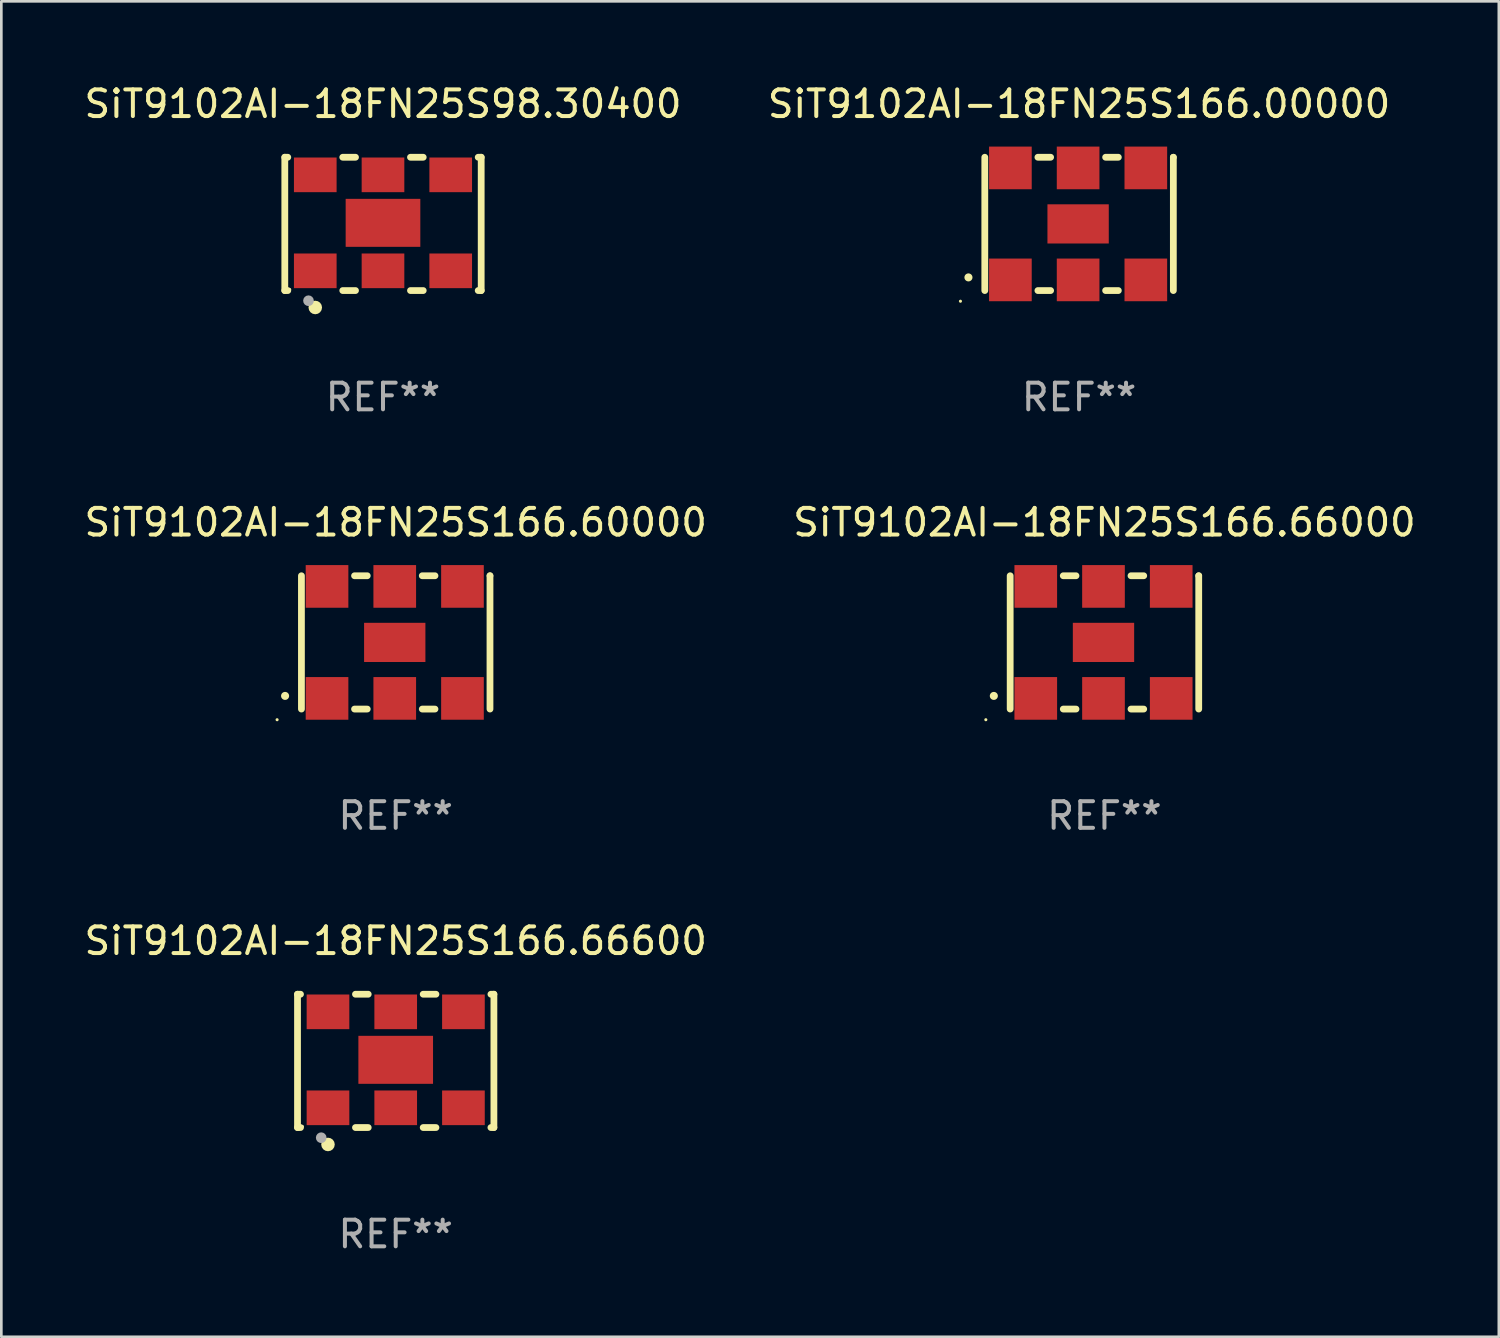
<source format=kicad_pcb>
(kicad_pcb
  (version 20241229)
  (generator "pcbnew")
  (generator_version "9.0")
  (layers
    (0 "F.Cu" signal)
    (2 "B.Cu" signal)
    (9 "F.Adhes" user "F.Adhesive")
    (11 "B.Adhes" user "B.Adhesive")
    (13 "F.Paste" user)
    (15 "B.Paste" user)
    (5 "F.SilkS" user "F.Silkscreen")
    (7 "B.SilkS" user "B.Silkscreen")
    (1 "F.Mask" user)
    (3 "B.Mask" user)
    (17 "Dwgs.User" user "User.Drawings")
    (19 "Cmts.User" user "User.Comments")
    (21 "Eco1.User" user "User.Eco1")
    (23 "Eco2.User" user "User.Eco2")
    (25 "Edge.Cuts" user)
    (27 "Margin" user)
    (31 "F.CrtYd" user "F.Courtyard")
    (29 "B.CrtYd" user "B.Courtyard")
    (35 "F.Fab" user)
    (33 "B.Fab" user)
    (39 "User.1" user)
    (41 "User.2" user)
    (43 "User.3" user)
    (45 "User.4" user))
  (footprint "SiT9102AI-18FN25S166.60000"
    (layer "F.Cu")
    (at 11.792 21.045)
    (property "Reference" "SiT9102AI-18FN25S166.60000" (at 0 -4.5 0) (layer "F.SilkS") (effects (font (size 1 1) (thickness 0.15))))
    (attr through_hole)
    (fp_line (start -3.536 -2.5) (end -3.536 2.5) (stroke (width 0.254) (type solid)) (layer "F.SilkS"))
    (fp_line (start -1.544 2.5) (end -1.067 2.5) (stroke (width 0.254) (type solid)) (layer "F.SilkS"))
    (fp_line (start -1.067 -2.5) (end -1.544 -2.5) (stroke (width 0.254) (type solid)) (layer "F.SilkS"))
    (fp_line (start 0.996 2.5) (end 1.473 2.5) (stroke (width 0.254) (type solid)) (layer "F.SilkS"))
    (fp_line (start 1.473 -2.5) (end 0.996 -2.5) (stroke (width 0.254) (type solid)) (layer "F.SilkS"))
    (fp_line (start 3.536 -2.5) (end 3.536 -2.5) (stroke (width 0.254) (type solid)) (layer "F.SilkS"))
    (fp_line (start 3.536 2.5) (end 3.536 -2.5) (stroke (width 0.254) (type solid)) (layer "F.SilkS"))
    (fp_arc (start -4.150432 2.006604) (mid -4.149162 2.006599) (end -4.147892 2.006604) (stroke (width 0.3) (type solid)) (layer "F.SilkS"))
    (fp_circle (center -4.449 2.9) (end -4.419 2.9) (stroke (width 0.06) (type solid)) (fill no) (layer "F.SilkS"))
    (fp_text user "REF**" (at 0 6.5 0) (layer "F.Fab") (effects (font (size 1 1) (thickness 0.15))))
    (pad "1" smd rect (at -2.576 2.1) (size 1.6 1.6) (layers "F.Cu" "F.Mask" "F.Paste"))
    (pad "2" smd rect (at -0.036 2.1) (size 1.6 1.6) (layers "F.Cu" "F.Mask" "F.Paste"))
    (pad "3" smd rect (at 2.504 2.1) (size 1.6 1.6) (layers "F.Cu" "F.Mask" "F.Paste"))
    (pad "4" smd rect (at 2.504 -2.1) (size 1.6 1.6) (layers "F.Cu" "F.Mask" "F.Paste"))
    (pad "5" smd rect (at -0.036 -2.1) (size 1.6 1.6) (layers "F.Cu" "F.Mask" "F.Paste"))
    (pad "6" smd rect (at -2.576 -2.1) (size 1.6 1.6) (layers "F.Cu" "F.Mask" "F.Paste"))
    (pad "7" smd rect (at -0.036 0) (size 2.3 1.47) (layers "F.Cu" "F.Mask" "F.Paste")))
  (footprint "SiT9102AI-18FN25S166.66600"
    (layer "F.Cu")
    (at 11.792 36.741)
    (property "Reference" "SiT9102AI-18FN25S166.66600" (at 0 -4.5 0) (layer "F.SilkS") (effects (font (size 1 1) (thickness 0.15))))
    (attr through_hole)
    (fp_line (start -3.683 -2.5) (end -3.571 -2.5) (stroke (width 0.254) (type solid)) (layer "F.SilkS"))
    (fp_line (start -3.683 2.5) (end -3.683 -2.5) (stroke (width 0.254) (type solid)) (layer "F.SilkS"))
    (fp_line (start -3.683 2.5) (end -3.571 2.5) (stroke (width 0.254) (type solid)) (layer "F.SilkS"))
    (fp_line (start -1.509 -2.5) (end -1.031 -2.5) (stroke (width 0.254) (type solid)) (layer "F.SilkS"))
    (fp_line (start -1.509 2.5) (end -1.031 2.5) (stroke (width 0.254) (type solid)) (layer "F.SilkS"))
    (fp_line (start 1.031 -2.5) (end 1.509 -2.5) (stroke (width 0.254) (type solid)) (layer "F.SilkS"))
    (fp_line (start 1.031 2.5) (end 1.509 2.5) (stroke (width 0.254) (type solid)) (layer "F.SilkS"))
    (fp_line (start 3.571 -2.5) (end 3.683 -2.5) (stroke (width 0.254) (type solid)) (layer "F.SilkS"))
    (fp_line (start 3.571 2.5) (end 3.683 2.5) (stroke (width 0.254) (type solid)) (layer "F.SilkS"))
    (fp_line (start 3.683 2.5) (end 3.683 -2.5) (stroke (width 0.254) (type solid)) (layer "F.SilkS"))
    (fp_circle (center -3.5 2.46) (end -3.47 2.46) (stroke (width 0.06) (type solid)) (fill no) (layer "F.SilkS"))
    (fp_circle (center -2.54 3.135) (end -2.413 3.135) (stroke (width 0.254) (type solid)) (fill no) (layer "F.SilkS"))
    (fp_circle (center -2.794 2.881) (end -2.694 2.881) (stroke (width 0.2) (type solid)) (fill no) (layer "F.Fab"))
    (fp_text user "REF**" (at 0 6.5 0) (layer "F.Fab") (effects (font (size 1 1) (thickness 0.15))))
    (pad "1" smd rect (at -2.54 1.76) (size 1.6 1.3) (layers "F.Cu" "F.Mask" "F.Paste"))
    (pad "2" smd rect (at 0 1.76) (size 1.6 1.3) (layers "F.Cu" "F.Mask" "F.Paste"))
    (pad "3" smd rect (at 2.54 1.76) (size 1.6 1.3) (layers "F.Cu" "F.Mask" "F.Paste"))
    (pad "4" smd rect (at 2.54 -1.84) (size 1.6 1.3) (layers "F.Cu" "F.Mask" "F.Paste"))
    (pad "5" smd rect (at 0 -1.84) (size 1.6 1.3) (layers "F.Cu" "F.Mask" "F.Paste"))
    (pad "6" smd rect (at -2.54 -1.84) (size 1.6 1.3) (layers "F.Cu" "F.Mask" "F.Paste"))
    (pad "7" smd rect (at 0 -0.04) (size 2.8 1.8) (layers "F.Cu" "F.Mask" "F.Paste")))
  (footprint "SiT9102AI-18FN25S166.00000"
    (layer "F.Cu")
    (at 37.423 5.348)
    (property "Reference" "SiT9102AI-18FN25S166.00000" (at 0 -4.5 0) (layer "F.SilkS") (effects (font (size 1 1) (thickness 0.15))))
    (attr through_hole)
    (fp_line (start -3.536 -2.5) (end -3.536 2.5) (stroke (width 0.254) (type solid)) (layer "F.SilkS"))
    (fp_line (start -1.544 2.5) (end -1.067 2.5) (stroke (width 0.254) (type solid)) (layer "F.SilkS"))
    (fp_line (start -1.067 -2.5) (end -1.544 -2.5) (stroke (width 0.254) (type solid)) (layer "F.SilkS"))
    (fp_line (start 0.996 2.5) (end 1.473 2.5) (stroke (width 0.254) (type solid)) (layer "F.SilkS"))
    (fp_line (start 1.473 -2.5) (end 0.996 -2.5) (stroke (width 0.254) (type solid)) (layer "F.SilkS"))
    (fp_line (start 3.536 -2.5) (end 3.536 -2.5) (stroke (width 0.254) (type solid)) (layer "F.SilkS"))
    (fp_line (start 3.536 2.5) (end 3.536 -2.5) (stroke (width 0.254) (type solid)) (layer "F.SilkS"))
    (fp_arc (start -4.150432 2.006604) (mid -4.149162 2.006599) (end -4.147892 2.006604) (stroke (width 0.3) (type solid)) (layer "F.SilkS"))
    (fp_circle (center -4.449 2.9) (end -4.419 2.9) (stroke (width 0.06) (type solid)) (fill no) (layer "F.SilkS"))
    (fp_text user "REF**" (at 0 6.5 0) (layer "F.Fab") (effects (font (size 1 1) (thickness 0.15))))
    (pad "1" smd rect (at -2.576 2.1) (size 1.6 1.6) (layers "F.Cu" "F.Mask" "F.Paste"))
    (pad "2" smd rect (at -0.036 2.1) (size 1.6 1.6) (layers "F.Cu" "F.Mask" "F.Paste"))
    (pad "3" smd rect (at 2.504 2.1) (size 1.6 1.6) (layers "F.Cu" "F.Mask" "F.Paste"))
    (pad "4" smd rect (at 2.504 -2.1) (size 1.6 1.6) (layers "F.Cu" "F.Mask" "F.Paste"))
    (pad "5" smd rect (at -0.036 -2.1) (size 1.6 1.6) (layers "F.Cu" "F.Mask" "F.Paste"))
    (pad "6" smd rect (at -2.576 -2.1) (size 1.6 1.6) (layers "F.Cu" "F.Mask" "F.Paste"))
    (pad "7" smd rect (at -0.036 0) (size 2.3 1.47) (layers "F.Cu" "F.Mask" "F.Paste")))
  (footprint "SiT9102AI-18FN25S98.30400"
    (layer "F.Cu")
    (at 11.315 5.348)
    (property "Reference" "SiT9102AI-18FN25S98.30400" (at 0 -4.5 0) (layer "F.SilkS") (effects (font (size 1 1) (thickness 0.15))))
    (attr through_hole)
    (fp_line (start -3.683 -2.5) (end -3.571 -2.5) (stroke (width 0.254) (type solid)) (layer "F.SilkS"))
    (fp_line (start -3.683 2.5) (end -3.683 -2.5) (stroke (width 0.254) (type solid)) (layer "F.SilkS"))
    (fp_line (start -3.683 2.5) (end -3.571 2.5) (stroke (width 0.254) (type solid)) (layer "F.SilkS"))
    (fp_line (start -1.509 -2.5) (end -1.031 -2.5) (stroke (width 0.254) (type solid)) (layer "F.SilkS"))
    (fp_line (start -1.509 2.5) (end -1.031 2.5) (stroke (width 0.254) (type solid)) (layer "F.SilkS"))
    (fp_line (start 1.031 -2.5) (end 1.509 -2.5) (stroke (width 0.254) (type solid)) (layer "F.SilkS"))
    (fp_line (start 1.031 2.5) (end 1.509 2.5) (stroke (width 0.254) (type solid)) (layer "F.SilkS"))
    (fp_line (start 3.571 -2.5) (end 3.683 -2.5) (stroke (width 0.254) (type solid)) (layer "F.SilkS"))
    (fp_line (start 3.571 2.5) (end 3.683 2.5) (stroke (width 0.254) (type solid)) (layer "F.SilkS"))
    (fp_line (start 3.683 2.5) (end 3.683 -2.5) (stroke (width 0.254) (type solid)) (layer "F.SilkS"))
    (fp_circle (center -3.5 2.46) (end -3.47 2.46) (stroke (width 0.06) (type solid)) (fill no) (layer "F.SilkS"))
    (fp_circle (center -2.54 3.135) (end -2.413 3.135) (stroke (width 0.254) (type solid)) (fill no) (layer "F.SilkS"))
    (fp_circle (center -2.794 2.881) (end -2.694 2.881) (stroke (width 0.2) (type solid)) (fill no) (layer "F.Fab"))
    (fp_text user "REF**" (at 0 6.5 0) (layer "F.Fab") (effects (font (size 1 1) (thickness 0.15))))
    (pad "1" smd rect (at -2.54 1.76) (size 1.6 1.3) (layers "F.Cu" "F.Mask" "F.Paste"))
    (pad "2" smd rect (at 0 1.76) (size 1.6 1.3) (layers "F.Cu" "F.Mask" "F.Paste"))
    (pad "3" smd rect (at 2.54 1.76) (size 1.6 1.3) (layers "F.Cu" "F.Mask" "F.Paste"))
    (pad "4" smd rect (at 2.54 -1.84) (size 1.6 1.3) (layers "F.Cu" "F.Mask" "F.Paste"))
    (pad "5" smd rect (at 0 -1.84) (size 1.6 1.3) (layers "F.Cu" "F.Mask" "F.Paste"))
    (pad "6" smd rect (at -2.54 -1.84) (size 1.6 1.3) (layers "F.Cu" "F.Mask" "F.Paste"))
    (pad "7" smd rect (at 0 -0.04) (size 2.8 1.8) (layers "F.Cu" "F.Mask" "F.Paste")))
  (footprint "SiT9102AI-18FN25S166.66000"
    (layer "F.Cu")
    (at 38.375 21.045)
    (property "Reference" "SiT9102AI-18FN25S166.66000" (at 0 -4.5 0) (layer "F.SilkS") (effects (font (size 1 1) (thickness 0.15))))
    (attr through_hole)
    (fp_line (start -3.536 -2.5) (end -3.536 2.5) (stroke (width 0.254) (type solid)) (layer "F.SilkS"))
    (fp_line (start -1.544 2.5) (end -1.067 2.5) (stroke (width 0.254) (type solid)) (layer "F.SilkS"))
    (fp_line (start -1.067 -2.5) (end -1.544 -2.5) (stroke (width 0.254) (type solid)) (layer "F.SilkS"))
    (fp_line (start 0.996 2.5) (end 1.473 2.5) (stroke (width 0.254) (type solid)) (layer "F.SilkS"))
    (fp_line (start 1.473 -2.5) (end 0.996 -2.5) (stroke (width 0.254) (type solid)) (layer "F.SilkS"))
    (fp_line (start 3.536 -2.5) (end 3.536 -2.5) (stroke (width 0.254) (type solid)) (layer "F.SilkS"))
    (fp_line (start 3.536 2.5) (end 3.536 -2.5) (stroke (width 0.254) (type solid)) (layer "F.SilkS"))
    (fp_arc (start -4.150432 2.006604) (mid -4.149162 2.006599) (end -4.147892 2.006604) (stroke (width 0.3) (type solid)) (layer "F.SilkS"))
    (fp_circle (center -4.449 2.9) (end -4.419 2.9) (stroke (width 0.06) (type solid)) (fill no) (layer "F.SilkS"))
    (fp_text user "REF**" (at 0 6.5 0) (layer "F.Fab") (effects (font (size 1 1) (thickness 0.15))))
    (pad "1" smd rect (at -2.576 2.1) (size 1.6 1.6) (layers "F.Cu" "F.Mask" "F.Paste"))
    (pad "2" smd rect (at -0.036 2.1) (size 1.6 1.6) (layers "F.Cu" "F.Mask" "F.Paste"))
    (pad "3" smd rect (at 2.504 2.1) (size 1.6 1.6) (layers "F.Cu" "F.Mask" "F.Paste"))
    (pad "4" smd rect (at 2.504 -2.1) (size 1.6 1.6) (layers "F.Cu" "F.Mask" "F.Paste"))
    (pad "5" smd rect (at -0.036 -2.1) (size 1.6 1.6) (layers "F.Cu" "F.Mask" "F.Paste"))
    (pad "6" smd rect (at -2.576 -2.1) (size 1.6 1.6) (layers "F.Cu" "F.Mask" "F.Paste"))
    (pad "7" smd rect (at -0.036 0) (size 2.3 1.47) (layers "F.Cu" "F.Mask" "F.Paste")))
  (gr_rect
    (start -3 -3)
    (end 53.167 47.09)
    (stroke (width 0.1) (type default))
    (fill no)
    (layer "Edge.Cuts")))
</source>
